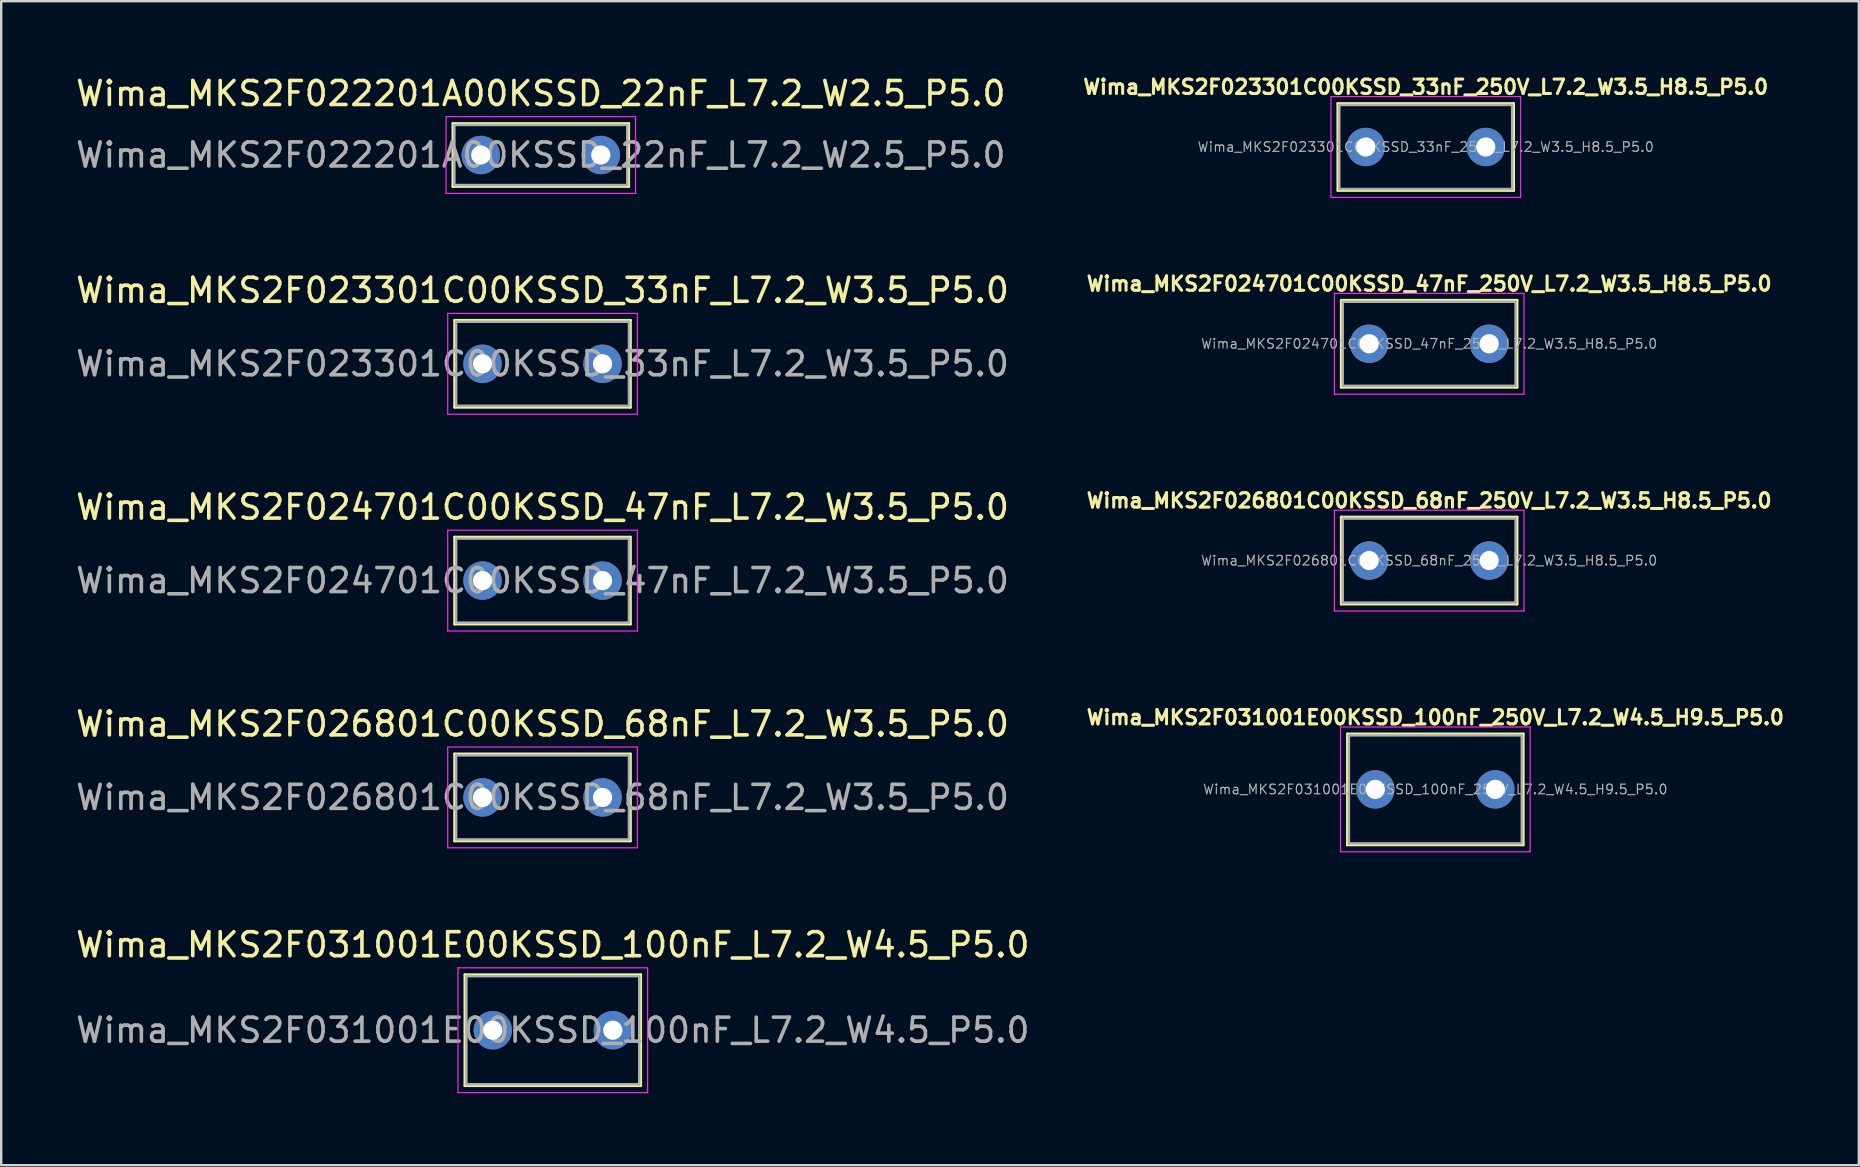
<source format=kicad_pcb>
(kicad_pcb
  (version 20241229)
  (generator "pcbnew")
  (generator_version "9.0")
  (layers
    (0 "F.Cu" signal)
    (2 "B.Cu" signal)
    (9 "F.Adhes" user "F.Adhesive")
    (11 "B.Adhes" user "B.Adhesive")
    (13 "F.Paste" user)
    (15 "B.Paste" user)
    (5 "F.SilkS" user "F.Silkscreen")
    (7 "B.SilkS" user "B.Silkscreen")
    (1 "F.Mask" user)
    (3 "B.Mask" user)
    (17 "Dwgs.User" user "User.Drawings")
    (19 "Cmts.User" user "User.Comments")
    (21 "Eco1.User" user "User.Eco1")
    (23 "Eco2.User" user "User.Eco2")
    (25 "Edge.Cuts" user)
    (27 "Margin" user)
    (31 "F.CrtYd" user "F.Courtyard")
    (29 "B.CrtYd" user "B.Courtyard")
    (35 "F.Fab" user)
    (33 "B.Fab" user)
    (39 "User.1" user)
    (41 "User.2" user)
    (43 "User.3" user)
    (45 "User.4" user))
  (footprint "Wima_MKS2F022201A00KSSD_22nF_L7.2_W2.5_P5.0"
    (layer "F.Cu")
    (at 16.982 3.408)
    (property "Reference" "Wima_MKS2F022201A00KSSD_22nF_L7.2_W2.5_P5.0" (at 2.5 -2.56 0) (layer "F.SilkS") (effects (font (size 1 1) (thickness 0.15))))
    (attr through_hole)
    (fp_line (start -1.16 -1.31) (end -1.16 1.31) (stroke (width 0.12) (type solid)) (layer "F.SilkS"))
    (fp_line (start -1.16 -1.31) (end 6.16 -1.31) (stroke (width 0.12) (type solid)) (layer "F.SilkS"))
    (fp_line (start -1.16 1.31) (end 6.16 1.31) (stroke (width 0.12) (type solid)) (layer "F.SilkS"))
    (fp_line (start 6.16 -1.31) (end 6.16 1.31) (stroke (width 0.12) (type solid)) (layer "F.SilkS"))
    (fp_line (start -1.45 -1.6) (end -1.45 1.6) (stroke (width 0.05) (type solid)) (layer "F.CrtYd"))
    (fp_line (start -1.45 1.6) (end 6.45 1.6) (stroke (width 0.05) (type solid)) (layer "F.CrtYd"))
    (fp_line (start 6.45 -1.6) (end -1.45 -1.6) (stroke (width 0.05) (type solid)) (layer "F.CrtYd"))
    (fp_line (start 6.45 1.6) (end 6.45 -1.6) (stroke (width 0.05) (type solid)) (layer "F.CrtYd"))
    (fp_line (start -1.1 -1.25) (end -1.1 1.25) (stroke (width 0.1) (type solid)) (layer "F.Fab"))
    (fp_line (start -1.1 1.25) (end 6.1 1.25) (stroke (width 0.1) (type solid)) (layer "F.Fab"))
    (fp_line (start 6.1 -1.25) (end -1.1 -1.25) (stroke (width 0.1) (type solid)) (layer "F.Fab"))
    (fp_line (start 6.1 1.25) (end 6.1 -1.25) (stroke (width 0.1) (type solid)) (layer "F.Fab"))
    (fp_text user "${REFERENCE}" (at 2.5 0 0) (layer "F.Fab") (effects (font (size 1 1) (thickness 0.15))))
    (pad "1" thru_hole circle (at 0 0) (size 1.6 1.6) (drill 0.8) (layers "*.Cu" "*.Mask"))
    (pad "2" thru_hole circle (at 5 0) (size 1.6 1.6) (drill 0.8) (layers "*.Cu" "*.Mask")))
  (footprint "Wima_MKS2F024701C00KSSD_47nF_L7.2_W3.5_P5.0"
    (layer "F.Cu")
    (at 17.054 21.14)
    (property "Reference" "Wima_MKS2F024701C00KSSD_47nF_L7.2_W3.5_P5.0" (at 2.5 -3.06 0) (layer "F.SilkS") (effects (font (size 1 1) (thickness 0.15))))
    (attr through_hole)
    (fp_line (start -1.16 -1.81) (end -1.16 1.81) (stroke (width 0.12) (type solid)) (layer "F.SilkS"))
    (fp_line (start -1.16 -1.81) (end 6.16 -1.81) (stroke (width 0.12) (type solid)) (layer "F.SilkS"))
    (fp_line (start -1.16 1.81) (end 6.16 1.81) (stroke (width 0.12) (type solid)) (layer "F.SilkS"))
    (fp_line (start 6.16 -1.81) (end 6.16 1.81) (stroke (width 0.12) (type solid)) (layer "F.SilkS"))
    (fp_line (start -1.45 -2.1) (end -1.45 2.1) (stroke (width 0.05) (type solid)) (layer "F.CrtYd"))
    (fp_line (start -1.45 2.1) (end 6.45 2.1) (stroke (width 0.05) (type solid)) (layer "F.CrtYd"))
    (fp_line (start 6.45 -2.1) (end -1.45 -2.1) (stroke (width 0.05) (type solid)) (layer "F.CrtYd"))
    (fp_line (start 6.45 2.1) (end 6.45 -2.1) (stroke (width 0.05) (type solid)) (layer "F.CrtYd"))
    (fp_line (start -1.1 -1.75) (end -1.1 1.75) (stroke (width 0.1) (type solid)) (layer "F.Fab"))
    (fp_line (start -1.1 1.75) (end 6.1 1.75) (stroke (width 0.1) (type solid)) (layer "F.Fab"))
    (fp_line (start 6.1 -1.75) (end -1.1 -1.75) (stroke (width 0.1) (type solid)) (layer "F.Fab"))
    (fp_line (start 6.1 1.75) (end 6.1 -1.75) (stroke (width 0.1) (type solid)) (layer "F.Fab"))
    (fp_text user "${REFERENCE}" (at 2.5 0 0) (layer "F.Fab") (effects (font (size 1 1) (thickness 0.15))))
    (pad "1" thru_hole circle (at 0 0) (size 1.6 1.6) (drill 0.8) (layers "*.Cu" "*.Mask"))
    (pad "2" thru_hole circle (at 5 0) (size 1.6 1.6) (drill 0.8) (layers "*.Cu" "*.Mask")))
  (footprint "Wima_MKS2F026801C00KSSD_68nF_L7.2_W3.5_P5.0"
    (layer "F.Cu")
    (at 17.054 30.174)
    (property "Reference" "Wima_MKS2F026801C00KSSD_68nF_L7.2_W3.5_P5.0" (at 2.5 -3.06 0) (layer "F.SilkS") (effects (font (size 1 1) (thickness 0.15))))
    (attr through_hole)
    (fp_line (start -1.16 -1.81) (end -1.16 1.81) (stroke (width 0.12) (type solid)) (layer "F.SilkS"))
    (fp_line (start -1.16 -1.81) (end 6.16 -1.81) (stroke (width 0.12) (type solid)) (layer "F.SilkS"))
    (fp_line (start -1.16 1.81) (end 6.16 1.81) (stroke (width 0.12) (type solid)) (layer "F.SilkS"))
    (fp_line (start 6.16 -1.81) (end 6.16 1.81) (stroke (width 0.12) (type solid)) (layer "F.SilkS"))
    (fp_line (start -1.45 -2.1) (end -1.45 2.1) (stroke (width 0.05) (type solid)) (layer "F.CrtYd"))
    (fp_line (start -1.45 2.1) (end 6.45 2.1) (stroke (width 0.05) (type solid)) (layer "F.CrtYd"))
    (fp_line (start 6.45 -2.1) (end -1.45 -2.1) (stroke (width 0.05) (type solid)) (layer "F.CrtYd"))
    (fp_line (start 6.45 2.1) (end 6.45 -2.1) (stroke (width 0.05) (type solid)) (layer "F.CrtYd"))
    (fp_line (start -1.1 -1.75) (end -1.1 1.75) (stroke (width 0.1) (type solid)) (layer "F.Fab"))
    (fp_line (start -1.1 1.75) (end 6.1 1.75) (stroke (width 0.1) (type solid)) (layer "F.Fab"))
    (fp_line (start 6.1 -1.75) (end -1.1 -1.75) (stroke (width 0.1) (type solid)) (layer "F.Fab"))
    (fp_line (start 6.1 1.75) (end 6.1 -1.75) (stroke (width 0.1) (type solid)) (layer "F.Fab"))
    (fp_text user "${REFERENCE}" (at 2.5 0 0) (layer "F.Fab") (effects (font (size 1 1) (thickness 0.15))))
    (pad "1" thru_hole circle (at 0 0) (size 1.6 1.6) (drill 0.8) (layers "*.Cu" "*.Mask"))
    (pad "2" thru_hole circle (at 5 0) (size 1.6 1.6) (drill 0.8) (layers "*.Cu" "*.Mask")))
  (footprint "Wima_MKS2F026801C00KSSD_68nF_250V_L7.2_W3.5_H8.5_P5.0"
    (layer "F.Cu")
    (at 56.495 20.306)
    (property "Reference" "Wima_MKS2F026801C00KSSD_68nF_250V_L7.2_W3.5_H8.5_P5.0" (at 0 -2.5 0) (layer "F.SilkS") (effects (font (size 0.6 0.6) (thickness 0.127))))
    (attr through_hole)
    (fp_line (start -3.66 -1.81) (end -3.66 1.81) (stroke (width 0.12) (type solid)) (layer "F.SilkS"))
    (fp_line (start -3.66 -1.81) (end 3.66 -1.81) (stroke (width 0.12) (type solid)) (layer "F.SilkS"))
    (fp_line (start -3.66 1.81) (end 3.66 1.81) (stroke (width 0.12) (type solid)) (layer "F.SilkS"))
    (fp_line (start 3.66 -1.81) (end 3.66 1.81) (stroke (width 0.12) (type solid)) (layer "F.SilkS"))
    (fp_line (start -3.95 -2.1) (end -3.95 2.1) (stroke (width 0.05) (type solid)) (layer "F.CrtYd"))
    (fp_line (start -3.95 2.1) (end 3.95 2.1) (stroke (width 0.05) (type solid)) (layer "F.CrtYd"))
    (fp_line (start 3.95 -2.1) (end -3.95 -2.1) (stroke (width 0.05) (type solid)) (layer "F.CrtYd"))
    (fp_line (start 3.95 2.1) (end 3.95 -2.1) (stroke (width 0.05) (type solid)) (layer "F.CrtYd"))
    (fp_line (start -3.6 -1.75) (end -3.6 1.75) (stroke (width 0.1) (type solid)) (layer "F.Fab"))
    (fp_line (start -3.6 1.75) (end 3.6 1.75) (stroke (width 0.1) (type solid)) (layer "F.Fab"))
    (fp_line (start 3.6 -1.75) (end -3.6 -1.75) (stroke (width 0.1) (type solid)) (layer "F.Fab"))
    (fp_line (start 3.6 1.75) (end 3.6 -1.75) (stroke (width 0.1) (type solid)) (layer "F.Fab"))
    (fp_text user "${REFERENCE}" (at 0 0 0) (layer "F.Fab") (effects (font (size 0.4 0.4) (thickness 0.05))))
    (pad "1" thru_hole circle (at -2.5 0) (size 1.6 1.6) (drill 0.8) (layers "*.Cu" "*.Mask"))
    (pad "2" thru_hole circle (at 2.5 0) (size 1.6 1.6) (drill 0.8) (layers "*.Cu" "*.Mask")))
  (footprint "Wima_MKS2F023301C00KSSD_33nF_250V_L7.2_W3.5_H8.5_P5.0"
    (layer "F.Cu")
    (at 56.352 3.074)
    (property "Reference" "Wima_MKS2F023301C00KSSD_33nF_250V_L7.2_W3.5_H8.5_P5.0" (at 0 -2.5 0) (layer "F.SilkS") (effects (font (size 0.6 0.6) (thickness 0.127))))
    (attr through_hole)
    (fp_line (start -3.66 -1.81) (end -3.66 1.81) (stroke (width 0.12) (type solid)) (layer "F.SilkS"))
    (fp_line (start -3.66 -1.81) (end 3.66 -1.81) (stroke (width 0.12) (type solid)) (layer "F.SilkS"))
    (fp_line (start -3.66 1.81) (end 3.66 1.81) (stroke (width 0.12) (type solid)) (layer "F.SilkS"))
    (fp_line (start 3.66 -1.81) (end 3.66 1.81) (stroke (width 0.12) (type solid)) (layer "F.SilkS"))
    (fp_line (start -3.95 -2.1) (end -3.95 2.1) (stroke (width 0.05) (type solid)) (layer "F.CrtYd"))
    (fp_line (start -3.95 2.1) (end 3.95 2.1) (stroke (width 0.05) (type solid)) (layer "F.CrtYd"))
    (fp_line (start 3.95 -2.1) (end -3.95 -2.1) (stroke (width 0.05) (type solid)) (layer "F.CrtYd"))
    (fp_line (start 3.95 2.1) (end 3.95 -2.1) (stroke (width 0.05) (type solid)) (layer "F.CrtYd"))
    (fp_line (start -3.6 -1.75) (end -3.6 1.75) (stroke (width 0.1) (type solid)) (layer "F.Fab"))
    (fp_line (start -3.6 1.75) (end 3.6 1.75) (stroke (width 0.1) (type solid)) (layer "F.Fab"))
    (fp_line (start 3.6 -1.75) (end -3.6 -1.75) (stroke (width 0.1) (type solid)) (layer "F.Fab"))
    (fp_line (start 3.6 1.75) (end 3.6 -1.75) (stroke (width 0.1) (type solid)) (layer "F.Fab"))
    (fp_text user "${REFERENCE}" (at 0 0 0) (layer "F.Fab") (effects (font (size 0.4 0.4) (thickness 0.05))))
    (pad "1" thru_hole circle (at -2.5 0) (size 1.6 1.6) (drill 0.8) (layers "*.Cu" "*.Mask"))
    (pad "2" thru_hole circle (at 2.5 0) (size 1.6 1.6) (drill 0.8) (layers "*.Cu" "*.Mask")))
  (footprint "Wima_MKS2F031001E00KSSD_100nF_250V_L7.2_W4.5_H9.5_P5.0"
    (layer "F.Cu")
    (at 56.752 29.839)
    (property "Reference" "Wima_MKS2F031001E00KSSD_100nF_250V_L7.2_W4.5_H9.5_P5.0" (at 0 -3 0) (layer "F.SilkS") (effects (font (size 0.6 0.6) (thickness 0.127))))
    (attr through_hole)
    (fp_line (start -3.66 -2.31) (end -3.66 2.31) (stroke (width 0.12) (type solid)) (layer "F.SilkS"))
    (fp_line (start -3.66 -2.31) (end 3.66 -2.31) (stroke (width 0.12) (type solid)) (layer "F.SilkS"))
    (fp_line (start -3.66 2.31) (end 3.66 2.31) (stroke (width 0.12) (type solid)) (layer "F.SilkS"))
    (fp_line (start 3.66 -2.31) (end 3.66 2.31) (stroke (width 0.12) (type solid)) (layer "F.SilkS"))
    (fp_line (start -3.95 -2.6) (end -3.95 2.6) (stroke (width 0.05) (type solid)) (layer "F.CrtYd"))
    (fp_line (start -3.95 2.6) (end 3.95 2.6) (stroke (width 0.05) (type solid)) (layer "F.CrtYd"))
    (fp_line (start 3.95 -2.6) (end -3.95 -2.6) (stroke (width 0.05) (type solid)) (layer "F.CrtYd"))
    (fp_line (start 3.95 2.6) (end 3.95 -2.6) (stroke (width 0.05) (type solid)) (layer "F.CrtYd"))
    (fp_line (start -3.6 -2.25) (end -3.6 2.25) (stroke (width 0.1) (type solid)) (layer "F.Fab"))
    (fp_line (start -3.6 2.25) (end 3.6 2.25) (stroke (width 0.1) (type solid)) (layer "F.Fab"))
    (fp_line (start 3.6 -2.25) (end -3.6 -2.25) (stroke (width 0.1) (type solid)) (layer "F.Fab"))
    (fp_line (start 3.6 2.25) (end 3.6 -2.25) (stroke (width 0.1) (type solid)) (layer "F.Fab"))
    (fp_text user "${REFERENCE}" (at 0 0 0) (layer "F.Fab") (effects (font (size 0.4 0.4) (thickness 0.05))))
    (pad "1" thru_hole circle (at -2.5 0) (size 1.6 1.6) (drill 0.8) (layers "*.Cu" "*.Mask"))
    (pad "2" thru_hole circle (at 2.5 0) (size 1.6 1.6) (drill 0.8) (layers "*.Cu" "*.Mask")))
  (footprint "Wima_MKS2F024701C00KSSD_47nF_250V_L7.2_W3.5_H8.5_P5.0"
    (layer "F.Cu")
    (at 56.495 11.273)
    (property "Reference" "Wima_MKS2F024701C00KSSD_47nF_250V_L7.2_W3.5_H8.5_P5.0" (at 0 -2.5 0) (layer "F.SilkS") (effects (font (size 0.6 0.6) (thickness 0.127))))
    (attr through_hole)
    (fp_line (start -3.66 -1.81) (end -3.66 1.81) (stroke (width 0.12) (type solid)) (layer "F.SilkS"))
    (fp_line (start -3.66 -1.81) (end 3.66 -1.81) (stroke (width 0.12) (type solid)) (layer "F.SilkS"))
    (fp_line (start -3.66 1.81) (end 3.66 1.81) (stroke (width 0.12) (type solid)) (layer "F.SilkS"))
    (fp_line (start 3.66 -1.81) (end 3.66 1.81) (stroke (width 0.12) (type solid)) (layer "F.SilkS"))
    (fp_line (start -3.95 -2.1) (end -3.95 2.1) (stroke (width 0.05) (type solid)) (layer "F.CrtYd"))
    (fp_line (start -3.95 2.1) (end 3.95 2.1) (stroke (width 0.05) (type solid)) (layer "F.CrtYd"))
    (fp_line (start 3.95 -2.1) (end -3.95 -2.1) (stroke (width 0.05) (type solid)) (layer "F.CrtYd"))
    (fp_line (start 3.95 2.1) (end 3.95 -2.1) (stroke (width 0.05) (type solid)) (layer "F.CrtYd"))
    (fp_line (start -3.6 -1.75) (end -3.6 1.75) (stroke (width 0.1) (type solid)) (layer "F.Fab"))
    (fp_line (start -3.6 1.75) (end 3.6 1.75) (stroke (width 0.1) (type solid)) (layer "F.Fab"))
    (fp_line (start 3.6 -1.75) (end -3.6 -1.75) (stroke (width 0.1) (type solid)) (layer "F.Fab"))
    (fp_line (start 3.6 1.75) (end 3.6 -1.75) (stroke (width 0.1) (type solid)) (layer "F.Fab"))
    (fp_text user "${REFERENCE}" (at 0 0 0) (layer "F.Fab") (effects (font (size 0.4 0.4) (thickness 0.05))))
    (pad "1" thru_hole circle (at -2.5 0) (size 1.6 1.6) (drill 0.8) (layers "*.Cu" "*.Mask"))
    (pad "2" thru_hole circle (at 2.5 0) (size 1.6 1.6) (drill 0.8) (layers "*.Cu" "*.Mask")))
  (footprint "Wima_MKS2F031001E00KSSD_100nF_L7.2_W4.5_P5.0"
    (layer "F.Cu")
    (at 17.482 39.873)
    (property "Reference" "Wima_MKS2F031001E00KSSD_100nF_L7.2_W4.5_P5.0" (at 2.5 -3.56 0) (layer "F.SilkS") (effects (font (size 1 1) (thickness 0.15))))
    (attr through_hole)
    (fp_line (start -1.16 -2.31) (end -1.16 2.31) (stroke (width 0.12) (type solid)) (layer "F.SilkS"))
    (fp_line (start -1.16 -2.31) (end 6.16 -2.31) (stroke (width 0.12) (type solid)) (layer "F.SilkS"))
    (fp_line (start -1.16 2.31) (end 6.16 2.31) (stroke (width 0.12) (type solid)) (layer "F.SilkS"))
    (fp_line (start 6.16 -2.31) (end 6.16 2.31) (stroke (width 0.12) (type solid)) (layer "F.SilkS"))
    (fp_line (start -1.45 -2.6) (end -1.45 2.6) (stroke (width 0.05) (type solid)) (layer "F.CrtYd"))
    (fp_line (start -1.45 2.6) (end 6.45 2.6) (stroke (width 0.05) (type solid)) (layer "F.CrtYd"))
    (fp_line (start 6.45 -2.6) (end -1.45 -2.6) (stroke (width 0.05) (type solid)) (layer "F.CrtYd"))
    (fp_line (start 6.45 2.6) (end 6.45 -2.6) (stroke (width 0.05) (type solid)) (layer "F.CrtYd"))
    (fp_line (start -1.1 -2.25) (end -1.1 2.25) (stroke (width 0.1) (type solid)) (layer "F.Fab"))
    (fp_line (start -1.1 2.25) (end 6.1 2.25) (stroke (width 0.1) (type solid)) (layer "F.Fab"))
    (fp_line (start 6.1 -2.25) (end -1.1 -2.25) (stroke (width 0.1) (type solid)) (layer "F.Fab"))
    (fp_line (start 6.1 2.25) (end 6.1 -2.25) (stroke (width 0.1) (type solid)) (layer "F.Fab"))
    (fp_text user "${REFERENCE}" (at 2.5 0 0) (layer "F.Fab") (effects (font (size 1 1) (thickness 0.15))))
    (pad "1" thru_hole circle (at 0 0) (size 1.6 1.6) (drill 0.8) (layers "*.Cu" "*.Mask"))
    (pad "2" thru_hole circle (at 5 0) (size 1.6 1.6) (drill 0.8) (layers "*.Cu" "*.Mask")))
  (footprint "Wima_MKS2F023301C00KSSD_33nF_L7.2_W3.5_P5.0"
    (layer "F.Cu")
    (at 17.054 12.107)
    (property "Reference" "Wima_MKS2F023301C00KSSD_33nF_L7.2_W3.5_P5.0" (at 2.5 -3.06 0) (layer "F.SilkS") (effects (font (size 1 1) (thickness 0.15))))
    (attr through_hole)
    (fp_line (start -1.16 -1.81) (end -1.16 1.81) (stroke (width 0.12) (type solid)) (layer "F.SilkS"))
    (fp_line (start -1.16 -1.81) (end 6.16 -1.81) (stroke (width 0.12) (type solid)) (layer "F.SilkS"))
    (fp_line (start -1.16 1.81) (end 6.16 1.81) (stroke (width 0.12) (type solid)) (layer "F.SilkS"))
    (fp_line (start 6.16 -1.81) (end 6.16 1.81) (stroke (width 0.12) (type solid)) (layer "F.SilkS"))
    (fp_line (start -1.45 -2.1) (end -1.45 2.1) (stroke (width 0.05) (type solid)) (layer "F.CrtYd"))
    (fp_line (start -1.45 2.1) (end 6.45 2.1) (stroke (width 0.05) (type solid)) (layer "F.CrtYd"))
    (fp_line (start 6.45 -2.1) (end -1.45 -2.1) (stroke (width 0.05) (type solid)) (layer "F.CrtYd"))
    (fp_line (start 6.45 2.1) (end 6.45 -2.1) (stroke (width 0.05) (type solid)) (layer "F.CrtYd"))
    (fp_line (start -1.1 -1.75) (end -1.1 1.75) (stroke (width 0.1) (type solid)) (layer "F.Fab"))
    (fp_line (start -1.1 1.75) (end 6.1 1.75) (stroke (width 0.1) (type solid)) (layer "F.Fab"))
    (fp_line (start 6.1 -1.75) (end -1.1 -1.75) (stroke (width 0.1) (type solid)) (layer "F.Fab"))
    (fp_line (start 6.1 1.75) (end 6.1 -1.75) (stroke (width 0.1) (type solid)) (layer "F.Fab"))
    (fp_text user "${REFERENCE}" (at 2.5 0 0) (layer "F.Fab") (effects (font (size 1 1) (thickness 0.15))))
    (pad "1" thru_hole circle (at 0 0) (size 1.6 1.6) (drill 0.8) (layers "*.Cu" "*.Mask"))
    (pad "2" thru_hole circle (at 5 0) (size 1.6 1.6) (drill 0.8) (layers "*.Cu" "*.Mask")))
  (gr_rect
    (start -3 -3)
    (end 74.397 45.498)
    (stroke (width 0.1) (type default))
    (fill no)
    (layer "Edge.Cuts")))
</source>
